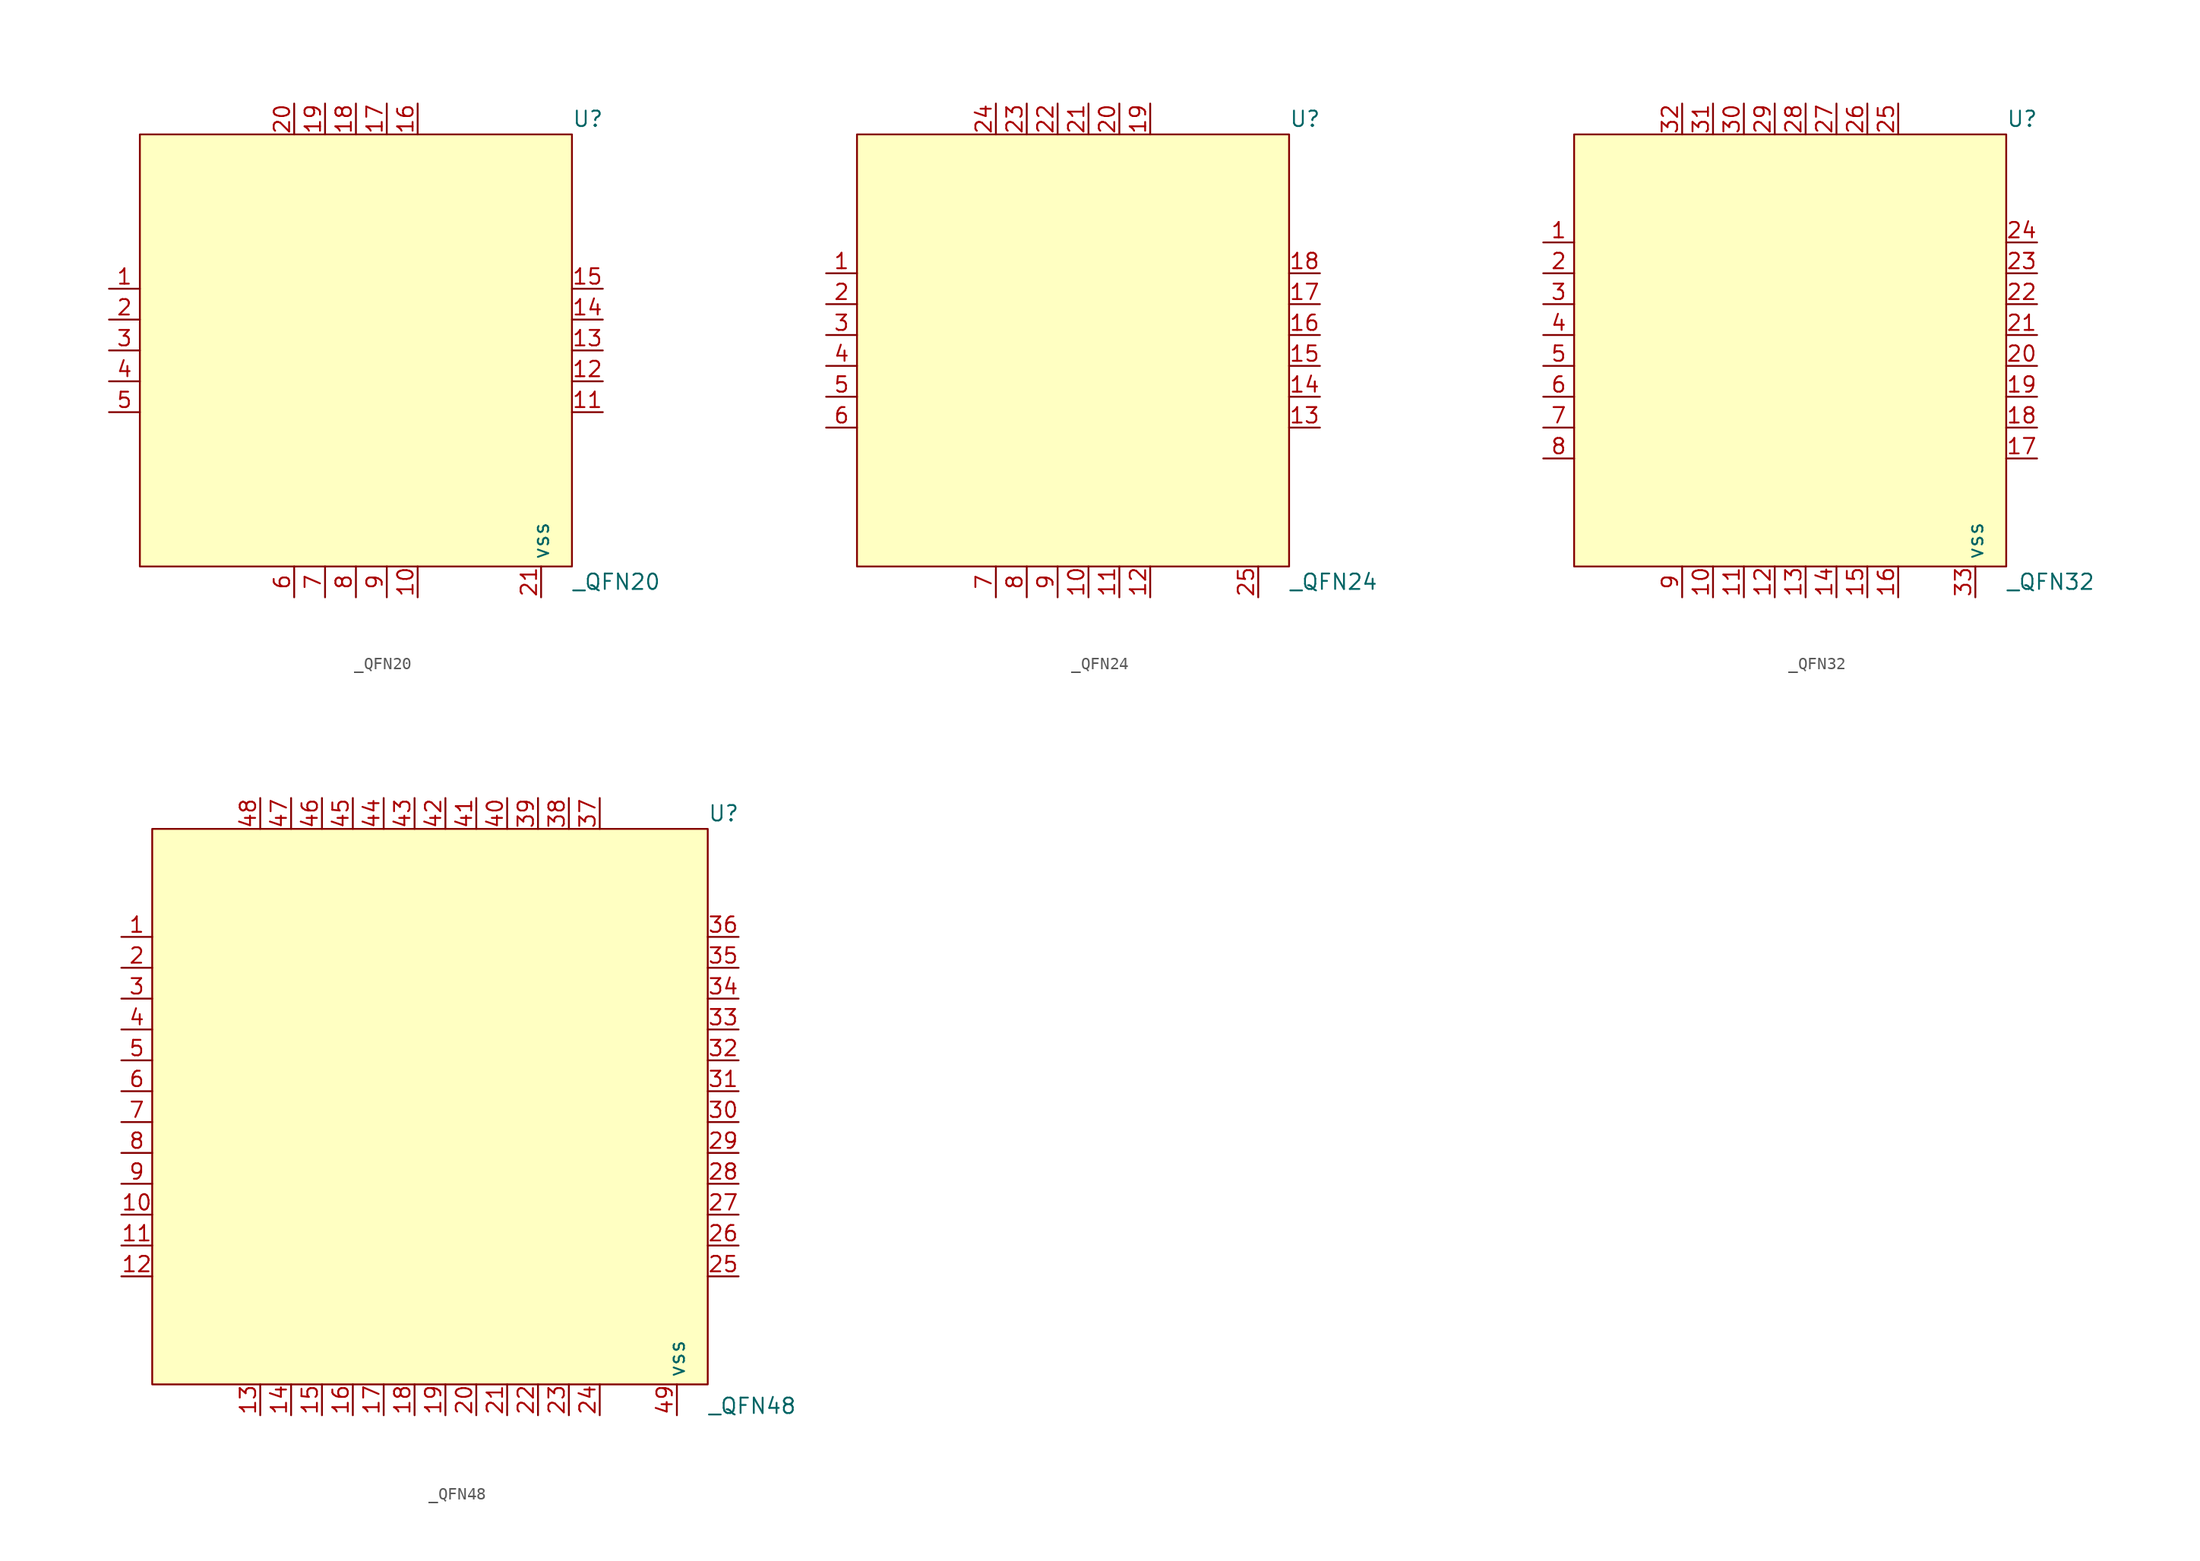
<source format=kicad_sym>
(kicad_symbol_lib
  (version 20241209)
  (generator "kicad_symbol_editor")
  (generator_version "9.0")
  (symbol "_QFN20"
    (property "Reference" "U"
      (at 17.78 19.05 0)
      (effects (font (size 1.27 1.27)) (justify left)))
    (property "Value" "_QFN20"
      (at 17.78 -19.05 0)
      (effects (font (size 1.27 1.27)) (justify left)))
    (symbol "_QFN20_0_0"
      (pin unspecified line (at -20.32 5.08 0) (length 2.54) (name "" (effects (font (size 1.27 1.27)))) (number "1" (effects (font (size 1.27 1.27)))))
      (pin unspecified line (at -20.32 2.54 0) (length 2.54) (name "" (effects (font (size 1.27 1.27)))) (number "2" (effects (font (size 1.27 1.27)))))
      (pin unspecified line (at -20.32 0 0) (length 2.54) (name "" (effects (font (size 1.27 1.27)))) (number "3" (effects (font (size 1.27 1.27)))))
      (pin unspecified line (at -20.32 -2.54 0) (length 2.54) (name "" (effects (font (size 1.27 1.27)))) (number "4" (effects (font (size 1.27 1.27)))))
      (pin unspecified line (at -20.32 -5.08 0) (length 2.54) (name "" (effects (font (size 1.27 1.27)))) (number "5" (effects (font (size 1.27 1.27)))))
      (pin unspecified line (at -5.08 20.32 270) (length 2.54) (name "" (effects (font (size 1.27 1.27)))) (number "20" (effects (font (size 1.27 1.27)))))
      (pin unspecified line (at -5.08 -20.32 90) (length 2.54) (name "" (effects (font (size 1.27 1.27)))) (number "6" (effects (font (size 1.27 1.27)))))
      (pin unspecified line (at -2.54 20.32 270) (length 2.54) (name "" (effects (font (size 1.27 1.27)))) (number "19" (effects (font (size 1.27 1.27)))))
      (pin unspecified line (at -2.54 -20.32 90) (length 2.54) (name "" (effects (font (size 1.27 1.27)))) (number "7" (effects (font (size 1.27 1.27)))))
      (pin unspecified line (at 0 20.32 270) (length 2.54) (name "" (effects (font (size 1.27 1.27)))) (number "18" (effects (font (size 1.27 1.27)))))
      (pin unspecified line (at 0 -20.32 90) (length 2.54) (name "" (effects (font (size 1.27 1.27)))) (number "8" (effects (font (size 1.27 1.27)))))
      (pin unspecified line (at 2.54 20.32 270) (length 2.54) (name "" (effects (font (size 1.27 1.27)))) (number "17" (effects (font (size 1.27 1.27)))))
      (pin unspecified line (at 2.54 -20.32 90) (length 2.54) (name "" (effects (font (size 1.27 1.27)))) (number "9" (effects (font (size 1.27 1.27)))))
      (pin unspecified line (at 5.08 20.32 270) (length 2.54) (name "" (effects (font (size 1.27 1.27)))) (number "16" (effects (font (size 1.27 1.27)))))
      (pin unspecified line (at 5.08 -20.32 90) (length 2.54) (name "" (effects (font (size 1.27 1.27)))) (number "10" (effects (font (size 1.27 1.27)))))
      (pin unspecified line (at 20.32 5.08 180) (length 2.54) (name "" (effects (font (size 1.27 1.27)))) (number "15" (effects (font (size 1.27 1.27)))))
      (pin unspecified line (at 20.32 2.54 180) (length 2.54) (name "" (effects (font (size 1.27 1.27)))) (number "14" (effects (font (size 1.27 1.27)))))
      (pin unspecified line (at 20.32 0 180) (length 2.54) (name "" (effects (font (size 1.27 1.27)))) (number "13" (effects (font (size 1.27 1.27)))))
      (pin unspecified line (at 20.32 -2.54 180) (length 2.54) (name "" (effects (font (size 1.27 1.27)))) (number "12" (effects (font (size 1.27 1.27)))))
      (pin unspecified line (at 20.32 -5.08 180) (length 2.54) (name "" (effects (font (size 1.27 1.27)))) (number "11" (effects (font (size 1.27 1.27))))))
    (symbol "_QFN20_1_0"
      (pin unspecified line (at 15.24 -20.32 90) (length 2.54) (name "vss" (effects (font (size 1.27 1.27)))) (number "21" (effects (font (size 1.27 1.27))))))
    (symbol "_QFN20_1_1"
      (rectangle (start -17.78 17.78) (end 17.78 -17.78) (stroke (width 0) (type solid)) (fill (type background)))))
  (symbol "_QFN24"
    (property "Reference" "U"
      (at 17.78 19.05 0)
      (effects (font (size 1.27 1.27)) (justify left)))
    (property "Value" "_QFN24"
      (at 17.78 -19.05 0)
      (effects (font (size 1.27 1.27)) (justify left)))
    (symbol "_QFN24_0_0"
      (pin unspecified line (at -20.32 6.35 0) (length 2.54) (name "" (effects (font (size 1.27 1.27)))) (number "1" (effects (font (size 1.27 1.27)))))
      (pin unspecified line (at -20.32 3.81 0) (length 2.54) (name "" (effects (font (size 1.27 1.27)))) (number "2" (effects (font (size 1.27 1.27)))))
      (pin unspecified line (at -20.32 1.27 0) (length 2.54) (name "" (effects (font (size 1.27 1.27)))) (number "3" (effects (font (size 1.27 1.27)))))
      (pin unspecified line (at -20.32 -1.27 0) (length 2.54) (name "" (effects (font (size 1.27 1.27)))) (number "4" (effects (font (size 1.27 1.27)))))
      (pin unspecified line (at -20.32 -3.81 0) (length 2.54) (name "" (effects (font (size 1.27 1.27)))) (number "5" (effects (font (size 1.27 1.27)))))
      (pin unspecified line (at -20.32 -6.35 0) (length 2.54) (name "" (effects (font (size 1.27 1.27)))) (number "6" (effects (font (size 1.27 1.27)))))
      (pin unspecified line (at -6.35 -20.32 90) (length 2.54) (name "" (effects (font (size 1.27 1.27)))) (number "7" (effects (font (size 1.27 1.27)))))
      (pin unspecified line (at -3.81 20.32 270) (length 2.54) (name "" (effects (font (size 1.27 1.27)))) (number "23" (effects (font (size 1.27 1.27)))))
      (pin unspecified line (at -3.81 -20.32 90) (length 2.54) (name "" (effects (font (size 1.27 1.27)))) (number "8" (effects (font (size 1.27 1.27)))))
      (pin unspecified line (at -1.27 20.32 270) (length 2.54) (name "" (effects (font (size 1.27 1.27)))) (number "22" (effects (font (size 1.27 1.27)))))
      (pin unspecified line (at -1.27 -20.32 90) (length 2.54) (name "" (effects (font (size 1.27 1.27)))) (number "9" (effects (font (size 1.27 1.27)))))
      (pin unspecified line (at 1.27 20.32 270) (length 2.54) (name "" (effects (font (size 1.27 1.27)))) (number "21" (effects (font (size 1.27 1.27)))))
      (pin unspecified line (at 1.27 -20.32 90) (length 2.54) (name "" (effects (font (size 1.27 1.27)))) (number "10" (effects (font (size 1.27 1.27)))))
      (pin unspecified line (at 3.81 20.32 270) (length 2.54) (name "" (effects (font (size 1.27 1.27)))) (number "20" (effects (font (size 1.27 1.27)))))
      (pin unspecified line (at 3.81 -20.32 90) (length 2.54) (name "" (effects (font (size 1.27 1.27)))) (number "11" (effects (font (size 1.27 1.27)))))
      (pin unspecified line (at 6.35 20.32 270) (length 2.54) (name "" (effects (font (size 1.27 1.27)))) (number "19" (effects (font (size 1.27 1.27)))))
      (pin unspecified line (at 6.35 -20.32 90) (length 2.54) (name "" (effects (font (size 1.27 1.27)))) (number "12" (effects (font (size 1.27 1.27)))))
      (pin unspecified line (at 20.32 6.35 180) (length 2.54) (name "" (effects (font (size 1.27 1.27)))) (number "18" (effects (font (size 1.27 1.27)))))
      (pin unspecified line (at 20.32 3.81 180) (length 2.54) (name "" (effects (font (size 1.27 1.27)))) (number "17" (effects (font (size 1.27 1.27)))))
      (pin unspecified line (at 20.32 1.27 180) (length 2.54) (name "" (effects (font (size 1.27 1.27)))) (number "16" (effects (font (size 1.27 1.27)))))
      (pin unspecified line (at 20.32 -1.27 180) (length 2.54) (name "" (effects (font (size 1.27 1.27)))) (number "15" (effects (font (size 1.27 1.27)))))
      (pin unspecified line (at 20.32 -3.81 180) (length 2.54) (name "" (effects (font (size 1.27 1.27)))) (number "14" (effects (font (size 1.27 1.27)))))
      (pin unspecified line (at 20.32 -6.35 180) (length 2.54) (name "" (effects (font (size 1.27 1.27)))) (number "13" (effects (font (size 1.27 1.27))))))
    (symbol "_QFN24_1_0"
      (pin unspecified line (at -6.35 20.32 270) (length 2.54) (name "" (effects (font (size 1.27 1.27)))) (number "24" (effects (font (size 1.27 1.27)))))
      (pin unspecified line (at 15.24 -20.32 90) (length 2.54) (name "" (effects (font (size 1.27 1.27)))) (number "25" (effects (font (size 1.27 1.27))))))
    (symbol "_QFN24_1_1"
      (rectangle (start -17.78 17.78) (end 17.78 -17.78) (stroke (width 0) (type solid)) (fill (type background)))))
  (symbol "_QFN32"
    (property "Reference" "U"
      (at 17.78 19.05 0)
      (effects (font (size 1.27 1.27)) (justify left)))
    (property "Value" "_QFN32"
      (at 17.78 -19.05 0)
      (effects (font (size 1.27 1.27)) (justify left)))
    (symbol "_QFN32_0_0"
      (pin unspecified line (at -20.32 8.89 0) (length 2.54) (name "" (effects (font (size 1.27 1.27)))) (number "1" (effects (font (size 1.27 1.27)))))
      (pin unspecified line (at -20.32 6.35 0) (length 2.54) (name "" (effects (font (size 1.27 1.27)))) (number "2" (effects (font (size 1.27 1.27)))))
      (pin unspecified line (at -20.32 3.81 0) (length 2.54) (name "" (effects (font (size 1.27 1.27)))) (number "3" (effects (font (size 1.27 1.27)))))
      (pin unspecified line (at -20.32 1.27 0) (length 2.54) (name "" (effects (font (size 1.27 1.27)))) (number "4" (effects (font (size 1.27 1.27)))))
      (pin unspecified line (at -20.32 -1.27 0) (length 2.54) (name "" (effects (font (size 1.27 1.27)))) (number "5" (effects (font (size 1.27 1.27)))))
      (pin unspecified line (at -20.32 -3.81 0) (length 2.54) (name "" (effects (font (size 1.27 1.27)))) (number "6" (effects (font (size 1.27 1.27)))))
      (pin unspecified line (at -20.32 -6.35 0) (length 2.54) (name "" (effects (font (size 1.27 1.27)))) (number "7" (effects (font (size 1.27 1.27)))))
      (pin unspecified line (at -20.32 -8.89 0) (length 2.54) (name "" (effects (font (size 1.27 1.27)))) (number "8" (effects (font (size 1.27 1.27)))))
      (pin unspecified line (at -8.89 20.32 270) (length 2.54) (name "" (effects (font (size 1.27 1.27)))) (number "32" (effects (font (size 1.27 1.27)))))
      (pin unspecified line (at -8.89 -20.32 90) (length 2.54) (name "" (effects (font (size 1.27 1.27)))) (number "9" (effects (font (size 1.27 1.27)))))
      (pin unspecified line (at -6.35 20.32 270) (length 2.54) (name "" (effects (font (size 1.27 1.27)))) (number "31" (effects (font (size 1.27 1.27)))))
      (pin unspecified line (at -6.35 -20.32 90) (length 2.54) (name "" (effects (font (size 1.27 1.27)))) (number "10" (effects (font (size 1.27 1.27)))))
      (pin unspecified line (at -3.81 20.32 270) (length 2.54) (name "" (effects (font (size 1.27 1.27)))) (number "30" (effects (font (size 1.27 1.27)))))
      (pin unspecified line (at -3.81 -20.32 90) (length 2.54) (name "" (effects (font (size 1.27 1.27)))) (number "11" (effects (font (size 1.27 1.27)))))
      (pin unspecified line (at -1.27 20.32 270) (length 2.54) (name "" (effects (font (size 1.27 1.27)))) (number "29" (effects (font (size 1.27 1.27)))))
      (pin unspecified line (at -1.27 -20.32 90) (length 2.54) (name "" (effects (font (size 1.27 1.27)))) (number "12" (effects (font (size 1.27 1.27)))))
      (pin unspecified line (at 1.27 20.32 270) (length 2.54) (name "" (effects (font (size 1.27 1.27)))) (number "28" (effects (font (size 1.27 1.27)))))
      (pin unspecified line (at 1.27 -20.32 90) (length 2.54) (name "" (effects (font (size 1.27 1.27)))) (number "13" (effects (font (size 1.27 1.27)))))
      (pin unspecified line (at 3.81 20.32 270) (length 2.54) (name "" (effects (font (size 1.27 1.27)))) (number "27" (effects (font (size 1.27 1.27)))))
      (pin unspecified line (at 3.81 -20.32 90) (length 2.54) (name "" (effects (font (size 1.27 1.27)))) (number "14" (effects (font (size 1.27 1.27)))))
      (pin unspecified line (at 6.35 20.32 270) (length 2.54) (name "" (effects (font (size 1.27 1.27)))) (number "26" (effects (font (size 1.27 1.27)))))
      (pin unspecified line (at 6.35 -20.32 90) (length 2.54) (name "" (effects (font (size 1.27 1.27)))) (number "15" (effects (font (size 1.27 1.27)))))
      (pin unspecified line (at 8.89 -20.32 90) (length 2.54) (name "" (effects (font (size 1.27 1.27)))) (number "16" (effects (font (size 1.27 1.27)))))
      (pin unspecified line (at 20.32 6.35 180) (length 2.54) (name "" (effects (font (size 1.27 1.27)))) (number "23" (effects (font (size 1.27 1.27)))))
      (pin unspecified line (at 20.32 3.81 180) (length 2.54) (name "" (effects (font (size 1.27 1.27)))) (number "22" (effects (font (size 1.27 1.27)))))
      (pin unspecified line (at 20.32 1.27 180) (length 2.54) (name "" (effects (font (size 1.27 1.27)))) (number "21" (effects (font (size 1.27 1.27)))))
      (pin unspecified line (at 20.32 -1.27 180) (length 2.54) (name "" (effects (font (size 1.27 1.27)))) (number "20" (effects (font (size 1.27 1.27)))))
      (pin unspecified line (at 20.32 -3.81 180) (length 2.54) (name "" (effects (font (size 1.27 1.27)))) (number "19" (effects (font (size 1.27 1.27)))))
      (pin unspecified line (at 20.32 -6.35 180) (length 2.54) (name "" (effects (font (size 1.27 1.27)))) (number "18" (effects (font (size 1.27 1.27)))))
      (pin unspecified line (at 20.32 -8.89 180) (length 2.54) (name "" (effects (font (size 1.27 1.27)))) (number "17" (effects (font (size 1.27 1.27))))))
    (symbol "_QFN32_1_0"
      (pin unspecified line (at 8.89 20.32 270) (length 2.54) (name "" (effects (font (size 1.27 1.27)))) (number "25" (effects (font (size 1.27 1.27)))))
      (pin unspecified line (at 15.24 -20.32 90) (length 2.54) (name "vss" (effects (font (size 1.27 1.27)))) (number "33" (effects (font (size 1.27 1.27)))))
      (pin unspecified line (at 20.32 8.89 180) (length 2.54) (name "" (effects (font (size 1.27 1.27)))) (number "24" (effects (font (size 1.27 1.27))))))
    (symbol "_QFN32_1_1"
      (rectangle (start -17.78 17.78) (end 17.78 -17.78) (stroke (width 0) (type solid)) (fill (type background)))))
  (symbol "_QFN48"
    (property "Reference" "U"
      (at 22.86 24.13 0)
      (effects (font (size 1.27 1.27)) (justify left)))
    (property "Value" "_QFN48"
      (at 22.86 -24.638 0)
      (effects (font (size 1.27 1.27)) (justify left)))
    (symbol "_QFN48_0_0"
      (pin unspecified line (at -25.4 13.97 0) (length 2.54) (name "" (effects (font (size 1.27 1.27)))) (number "1" (effects (font (size 1.27 1.27)))))
      (pin unspecified line (at -25.4 11.43 0) (length 2.54) (name "" (effects (font (size 1.27 1.27)))) (number "2" (effects (font (size 1.27 1.27)))))
      (pin unspecified line (at -25.4 8.89 0) (length 2.54) (name "" (effects (font (size 1.27 1.27)))) (number "3" (effects (font (size 1.27 1.27)))))
      (pin unspecified line (at -25.4 6.35 0) (length 2.54) (name "" (effects (font (size 1.27 1.27)))) (number "4" (effects (font (size 1.27 1.27)))))
      (pin unspecified line (at -25.4 3.81 0) (length 2.54) (name "" (effects (font (size 1.27 1.27)))) (number "5" (effects (font (size 1.27 1.27)))))
      (pin unspecified line (at -25.4 1.27 0) (length 2.54) (name "" (effects (font (size 1.27 1.27)))) (number "6" (effects (font (size 1.27 1.27)))))
      (pin unspecified line (at -25.4 -1.27 0) (length 2.54) (name "" (effects (font (size 1.27 1.27)))) (number "7" (effects (font (size 1.27 1.27)))))
      (pin unspecified line (at -25.4 -3.81 0) (length 2.54) (name "" (effects (font (size 1.27 1.27)))) (number "8" (effects (font (size 1.27 1.27)))))
      (pin unspecified line (at -25.4 -6.35 0) (length 2.54) (name "" (effects (font (size 1.27 1.27)))) (number "9" (effects (font (size 1.27 1.27)))))
      (pin unspecified line (at -25.4 -8.89 0) (length 2.54) (name "" (effects (font (size 1.27 1.27)))) (number "10" (effects (font (size 1.27 1.27)))))
      (pin unspecified line (at -25.4 -11.43 0) (length 2.54) (name "" (effects (font (size 1.27 1.27)))) (number "11" (effects (font (size 1.27 1.27)))))
      (pin unspecified line (at -25.4 -13.97 0) (length 2.54) (name "" (effects (font (size 1.27 1.27)))) (number "12" (effects (font (size 1.27 1.27)))))
      (pin unspecified line (at -13.97 25.4 270) (length 2.54) (name "" (effects (font (size 1.27 1.27)))) (number "48" (effects (font (size 1.27 1.27)))))
      (pin unspecified line (at -13.97 -25.4 90) (length 2.54) (name "" (effects (font (size 1.27 1.27)))) (number "13" (effects (font (size 1.27 1.27)))))
      (pin unspecified line (at -11.43 25.4 270) (length 2.54) (name "" (effects (font (size 1.27 1.27)))) (number "47" (effects (font (size 1.27 1.27)))))
      (pin unspecified line (at -11.43 -25.4 90) (length 2.54) (name "" (effects (font (size 1.27 1.27)))) (number "14" (effects (font (size 1.27 1.27)))))
      (pin unspecified line (at -8.89 25.4 270) (length 2.54) (name "" (effects (font (size 1.27 1.27)))) (number "46" (effects (font (size 1.27 1.27)))))
      (pin unspecified line (at -8.89 -25.4 90) (length 2.54) (name "" (effects (font (size 1.27 1.27)))) (number "15" (effects (font (size 1.27 1.27)))))
      (pin unspecified line (at -6.35 25.4 270) (length 2.54) (name "" (effects (font (size 1.27 1.27)))) (number "45" (effects (font (size 1.27 1.27)))))
      (pin unspecified line (at -6.35 -25.4 90) (length 2.54) (name "" (effects (font (size 1.27 1.27)))) (number "16" (effects (font (size 1.27 1.27)))))
      (pin unspecified line (at -3.81 25.4 270) (length 2.54) (name "" (effects (font (size 1.27 1.27)))) (number "44" (effects (font (size 1.27 1.27)))))
      (pin unspecified line (at -3.81 -25.4 90) (length 2.54) (name "" (effects (font (size 1.27 1.27)))) (number "17" (effects (font (size 1.27 1.27)))))
      (pin unspecified line (at -1.27 25.4 270) (length 2.54) (name "" (effects (font (size 1.27 1.27)))) (number "43" (effects (font (size 1.27 1.27)))))
      (pin unspecified line (at -1.27 -25.4 90) (length 2.54) (name "" (effects (font (size 1.27 1.27)))) (number "18" (effects (font (size 1.27 1.27)))))
      (pin unspecified line (at 1.27 25.4 270) (length 2.54) (name "" (effects (font (size 1.27 1.27)))) (number "42" (effects (font (size 1.27 1.27)))))
      (pin unspecified line (at 1.27 -25.4 90) (length 2.54) (name "" (effects (font (size 1.27 1.27)))) (number "19" (effects (font (size 1.27 1.27)))))
      (pin unspecified line (at 3.81 -25.4 90) (length 2.54) (name "" (effects (font (size 1.27 1.27)))) (number "20" (effects (font (size 1.27 1.27)))))
      (pin unspecified line (at 6.35 -25.4 90) (length 2.54) (name "" (effects (font (size 1.27 1.27)))) (number "21" (effects (font (size 1.27 1.27)))))
      (pin unspecified line (at 8.89 25.4 270) (length 2.54) (name "" (effects (font (size 1.27 1.27)))) (number "39" (effects (font (size 1.27 1.27)))))
      (pin unspecified line (at 8.89 -25.4 90) (length 2.54) (name "" (effects (font (size 1.27 1.27)))) (number "22" (effects (font (size 1.27 1.27)))))
      (pin unspecified line (at 11.43 25.4 270) (length 2.54) (name "" (effects (font (size 1.27 1.27)))) (number "38" (effects (font (size 1.27 1.27)))))
      (pin unspecified line (at 11.43 -25.4 90) (length 2.54) (name "" (effects (font (size 1.27 1.27)))) (number "23" (effects (font (size 1.27 1.27)))))
      (pin unspecified line (at 13.97 25.4 270) (length 2.54) (name "" (effects (font (size 1.27 1.27)))) (number "37" (effects (font (size 1.27 1.27)))))
      (pin unspecified line (at 25.4 13.97 180) (length 2.54) (name "" (effects (font (size 1.27 1.27)))) (number "36" (effects (font (size 1.27 1.27)))))
      (pin unspecified line (at 25.4 11.43 180) (length 2.54) (name "" (effects (font (size 1.27 1.27)))) (number "35" (effects (font (size 1.27 1.27)))))
      (pin unspecified line (at 25.4 8.89 180) (length 2.54) (name "" (effects (font (size 1.27 1.27)))) (number "34" (effects (font (size 1.27 1.27)))))
      (pin unspecified line (at 25.4 6.35 180) (length 2.54) (name "" (effects (font (size 1.27 1.27)))) (number "33" (effects (font (size 1.27 1.27)))))
      (pin unspecified line (at 25.4 3.81 180) (length 2.54) (name "" (effects (font (size 1.27 1.27)))) (number "32" (effects (font (size 1.27 1.27)))))
      (pin unspecified line (at 25.4 1.27 180) (length 2.54) (name "" (effects (font (size 1.27 1.27)))) (number "31" (effects (font (size 1.27 1.27)))))
      (pin unspecified line (at 25.4 -1.27 180) (length 2.54) (name "" (effects (font (size 1.27 1.27)))) (number "30" (effects (font (size 1.27 1.27)))))
      (pin unspecified line (at 25.4 -3.81 180) (length 2.54) (name "" (effects (font (size 1.27 1.27)))) (number "29" (effects (font (size 1.27 1.27)))))
      (pin unspecified line (at 25.4 -6.35 180) (length 2.54) (name "" (effects (font (size 1.27 1.27)))) (number "28" (effects (font (size 1.27 1.27)))))
      (pin unspecified line (at 25.4 -8.89 180) (length 2.54) (name "" (effects (font (size 1.27 1.27)))) (number "27" (effects (font (size 1.27 1.27)))))
      (pin unspecified line (at 25.4 -11.43 180) (length 2.54) (name "" (effects (font (size 1.27 1.27)))) (number "26" (effects (font (size 1.27 1.27))))))
    (symbol "_QFN48_1_0"
      (pin unspecified line (at 3.81 25.4 270) (length 2.54) (name "" (effects (font (size 1.27 1.27)))) (number "41" (effects (font (size 1.27 1.27)))))
      (pin unspecified line (at 6.35 25.4 270) (length 2.54) (name "" (effects (font (size 1.27 1.27)))) (number "40" (effects (font (size 1.27 1.27)))))
      (pin unspecified line (at 13.97 -25.4 90) (length 2.54) (name "" (effects (font (size 1.27 1.27)))) (number "24" (effects (font (size 1.27 1.27)))))
      (pin unspecified line (at 20.32 -25.4 90) (length 2.54) (name "vss" (effects (font (size 1.27 1.27)))) (number "49" (effects (font (size 1.27 1.27)))))
      (pin unspecified line (at 25.4 -13.97 180) (length 2.54) (name "" (effects (font (size 1.27 1.27)))) (number "25" (effects (font (size 1.27 1.27))))))
    (symbol "_QFN48_1_1"
      (rectangle (start -22.86 22.86) (end 22.86 -22.86) (stroke (width 0) (type solid)) (fill (type background))))))
</source>
